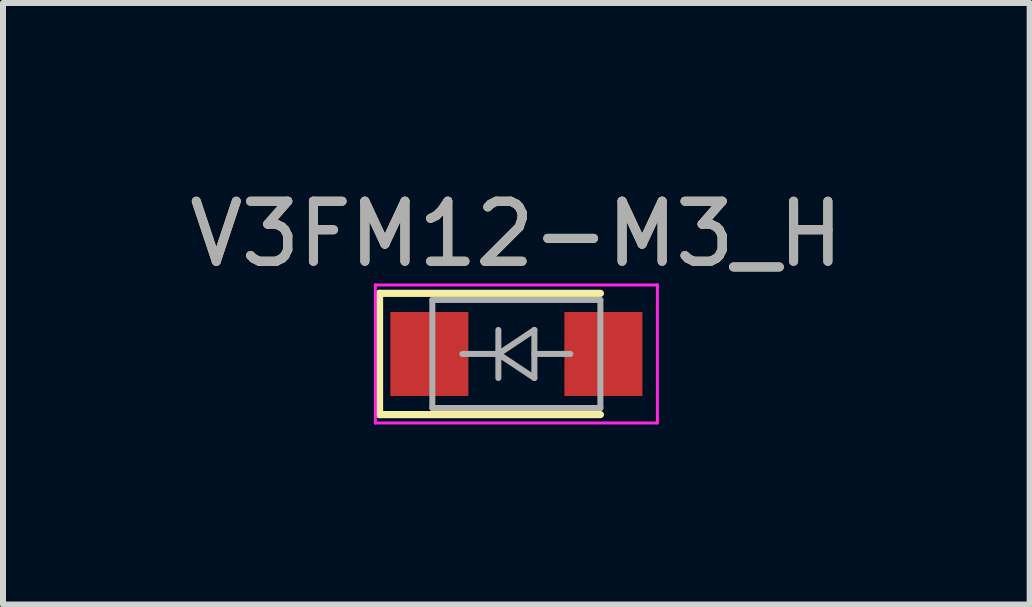
<source format=kicad_pcb>
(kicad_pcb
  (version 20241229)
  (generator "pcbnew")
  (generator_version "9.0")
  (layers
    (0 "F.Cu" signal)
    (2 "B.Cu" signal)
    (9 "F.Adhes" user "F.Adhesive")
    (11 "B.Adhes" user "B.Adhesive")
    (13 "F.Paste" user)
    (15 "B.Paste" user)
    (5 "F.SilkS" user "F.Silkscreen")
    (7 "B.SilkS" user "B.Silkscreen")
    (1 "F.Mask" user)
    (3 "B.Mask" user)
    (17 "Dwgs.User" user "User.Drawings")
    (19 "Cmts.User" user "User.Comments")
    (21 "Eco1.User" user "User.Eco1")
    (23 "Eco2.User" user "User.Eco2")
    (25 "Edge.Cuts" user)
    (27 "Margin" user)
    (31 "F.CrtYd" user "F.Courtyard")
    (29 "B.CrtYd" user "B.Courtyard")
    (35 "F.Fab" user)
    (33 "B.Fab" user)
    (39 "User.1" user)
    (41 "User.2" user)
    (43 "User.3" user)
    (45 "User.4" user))
  (footprint "V3FM12-M3_H"
    (layer "F.Cu")
    (at 5.554 2.848)
    (property "Reference" "V3FM12-M3_H" (at 0 -2 0) (layer "F.SilkS") (effects (font (size 1 1) (thickness 0.15))))
    (attr smd)
    (fp_line (start -2.28 -1.01) (end -2.28 1.01) (stroke (width 0.12) (type solid)) (layer "F.SilkS"))
    (fp_line (start -2.28 -1.01) (end 1.4 -1.01) (stroke (width 0.12) (type solid)) (layer "F.SilkS"))
    (fp_line (start -2.28 1.01) (end 1.4 1.01) (stroke (width 0.12) (type solid)) (layer "F.SilkS"))
    (fp_line (start -2.35 -1.15) (end 2.35 -1.15) (stroke (width 0.05) (type solid)) (layer "F.CrtYd"))
    (fp_line (start -2.35 1.15) (end -2.35 -1.15) (stroke (width 0.05) (type solid)) (layer "F.CrtYd"))
    (fp_line (start 2.35 -1.15) (end 2.35 1.15) (stroke (width 0.05) (type solid)) (layer "F.CrtYd"))
    (fp_line (start 2.35 1.15) (end -2.35 1.15) (stroke (width 0.05) (type solid)) (layer "F.CrtYd"))
    (fp_line (start -1.4 0.9) (end -1.4 -0.9) (stroke (width 0.1) (type solid)) (layer "F.Fab"))
    (fp_line (start -0.3 -0.4) (end -0.3 0.4) (stroke (width 0.1) (type solid)) (layer "F.Fab"))
    (fp_line (start -0.3 0) (end -0.9 0) (stroke (width 0.1) (type solid)) (layer "F.Fab"))
    (fp_line (start -0.3 0) (end 0.3 -0.4) (stroke (width 0.1) (type solid)) (layer "F.Fab"))
    (fp_line (start -0.3 0.001) (end 0.3 0.4) (stroke (width 0.1) (type solid)) (layer "F.Fab"))
    (fp_line (start 0.3 0) (end 0.9 0) (stroke (width 0.1) (type solid)) (layer "F.Fab"))
    (fp_line (start 0.3 0.4) (end 0.3 -0.4) (stroke (width 0.1) (type solid)) (layer "F.Fab"))
    (fp_line (start 1.4 -0.9) (end -1.4 -0.9) (stroke (width 0.1) (type solid)) (layer "F.Fab"))
    (fp_line (start 1.4 -0.9) (end 1.4 0.9) (stroke (width 0.1) (type solid)) (layer "F.Fab"))
    (fp_line (start 1.4 0.9) (end -1.4 0.9) (stroke (width 0.1) (type solid)) (layer "F.Fab"))
    (fp_text user "${REFERENCE}" (at 0 -2 0) (layer "F.Fab") (effects (font (size 1 1) (thickness 0.15))))
    (pad "1" smd rect (at -1.45 0) (size 1.3 1.4) (layers "F.Cu" "F.Mask" "F.Paste"))
    (pad "2" smd rect (at 1.45 0) (size 1.3 1.4) (layers "F.Cu" "F.Mask" "F.Paste")))
  (gr_rect
    (start -3 -3)
    (end 14.107 7.023)
    (stroke (width 0.1) (type default))
    (fill no)
    (layer "Edge.Cuts")))
</source>
